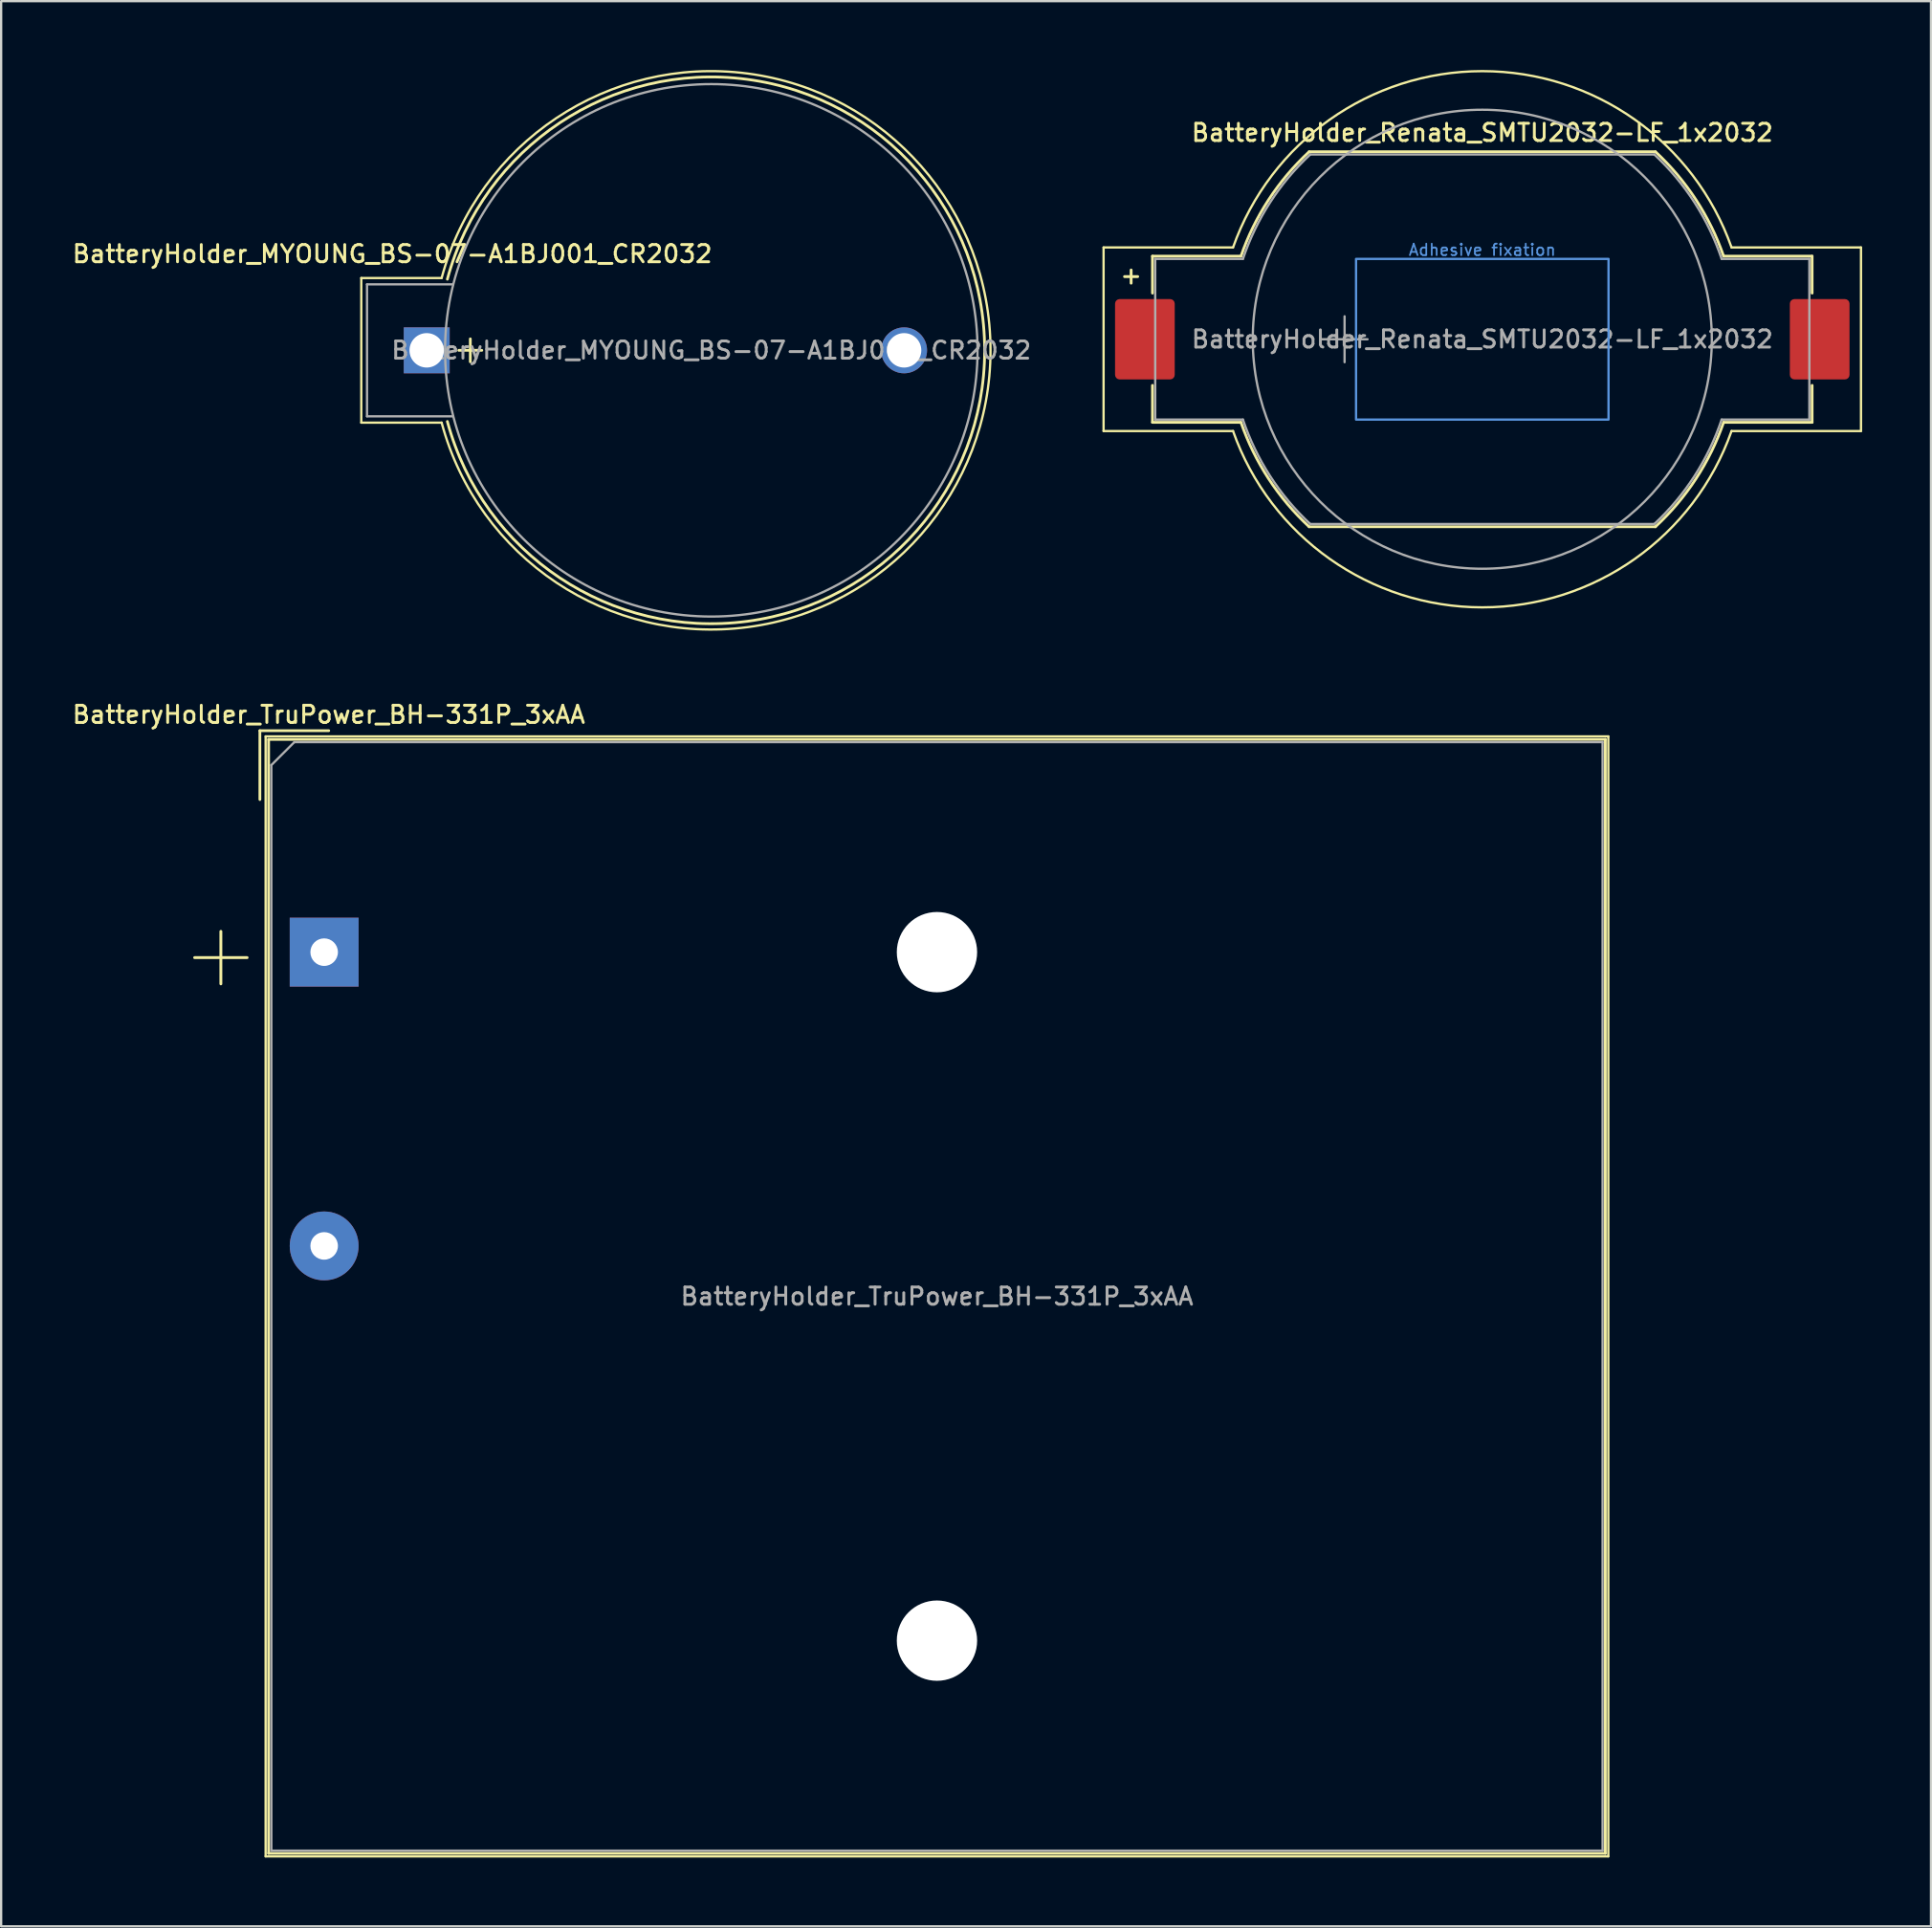
<source format=kicad_pcb>
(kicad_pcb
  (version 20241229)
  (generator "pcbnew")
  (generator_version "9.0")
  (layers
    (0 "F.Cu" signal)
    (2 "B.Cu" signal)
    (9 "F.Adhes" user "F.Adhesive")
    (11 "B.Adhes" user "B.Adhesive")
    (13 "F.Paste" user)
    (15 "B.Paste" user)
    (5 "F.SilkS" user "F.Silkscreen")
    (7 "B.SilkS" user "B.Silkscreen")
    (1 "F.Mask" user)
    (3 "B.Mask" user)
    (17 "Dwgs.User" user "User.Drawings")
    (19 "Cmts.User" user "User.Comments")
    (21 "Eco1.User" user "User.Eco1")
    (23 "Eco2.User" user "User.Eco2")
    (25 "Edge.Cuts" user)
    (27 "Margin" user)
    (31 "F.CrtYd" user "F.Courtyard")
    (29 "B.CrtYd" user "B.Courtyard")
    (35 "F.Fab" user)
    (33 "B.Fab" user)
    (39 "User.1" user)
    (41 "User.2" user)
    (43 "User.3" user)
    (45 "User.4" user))
  (footprint "BatteryHolder_TruPower_BH-331P_3xAA"
    (layer "F.Cu")
    (at 11.073 38.438)
    (property "Reference" "BatteryHolder_TruPower_BH-331P_3xAA" (at 0.2 -10.35 0) (layer "F.SilkS") (effects (font (size 0.75 0.75) (thickness 0.125))))
    (attr through_hole)
    (fp_line (start -2.8 -9.65) (end 0.2 -9.65) (stroke (width 0.12) (type solid)) (layer "F.SilkS"))
    (fp_line (start -2.8 -6.65) (end -2.8 -9.65) (stroke (width 0.12) (type solid)) (layer "F.SilkS"))
    (fp_line (start -2.55 -9.4) (end -2.55 39.4) (stroke (width 0.1) (type solid)) (layer "F.SilkS"))
    (fp_line (start -2.55 -9.4) (end 55.95 -9.4) (stroke (width 0.1) (type solid)) (layer "F.SilkS"))
    (fp_line (start -2.55 39.4) (end 55.95 39.4) (stroke (width 0.1) (type solid)) (layer "F.SilkS"))
    (fp_line (start -2.42 -9.27) (end -2.42 39.27) (stroke (width 0.12) (type solid)) (layer "F.SilkS"))
    (fp_line (start -2.42 -9.27) (end 55.82 -9.27) (stroke (width 0.12) (type solid)) (layer "F.SilkS"))
    (fp_line (start -2.42 39.27) (end 55.82 39.27) (stroke (width 0.12) (type solid)) (layer "F.SilkS"))
    (fp_line (start 55.82 -9.27) (end 55.82 39.27) (stroke (width 0.12) (type solid)) (layer "F.SilkS"))
    (fp_line (start 55.95 -9.4) (end 55.95 39.4) (stroke (width 0.1) (type solid)) (layer "F.SilkS"))
    (fp_line (start -2.3 -8.15) (end -1.3 -9.15) (stroke (width 0.1) (type solid)) (layer "F.Fab"))
    (fp_line (start -2.3 39.15) (end -2.3 -8.15) (stroke (width 0.1) (type solid)) (layer "F.Fab"))
    (fp_line (start -1.3 -9.15) (end 55.7 -9.15) (stroke (width 0.1) (type solid)) (layer "F.Fab"))
    (fp_line (start 55.7 -9.15) (end 55.7 39.15) (stroke (width 0.1) (type solid)) (layer "F.Fab"))
    (fp_line (start 55.7 39.15) (end -2.3 39.15) (stroke (width 0.1) (type solid)) (layer "F.Fab"))
    (fp_text user "+" (at -4.5 0 0) (layer "F.SilkS") (effects (font (size 3 3) (thickness 0.125))))
    (fp_text user "${REFERENCE}" (at 26.7 15 0) (layer "F.Fab") (effects (font (size 0.75 0.75) (thickness 0.125))))
    (pad "" np_thru_hole circle (at 26.7 0) (size 3.5 3.5) (drill 3.5) (layers "*.Cu" "*.Mask"))
    (pad "" np_thru_hole circle (at 26.7 30) (size 3.5 3.5) (drill 3.5) (layers "*.Cu" "*.Mask"))
    (pad "1" thru_hole rect (at 0 0) (size 3 3) (drill 1.2) (layers "*.Cu" "*.Mask"))
    (pad "2" thru_hole circle (at 0 12.8) (size 3 3) (drill 1.2) (layers "*.Cu" "*.Mask")))
  (footprint "BatteryHolder_Renata_SMTU2032-LF_1x2032"
    (layer "F.Cu")
    (at 61.532 11.732)
    (property "Reference" "BatteryHolder_Renata_SMTU2032-LF_1x2032" (at 0 -9 0) (layer "F.SilkS") (effects (font (size 0.75 0.75) (thickness 0.125))))
    (attr smd)
    (fp_line (start -16.5 -4) (end -10.86 -4) (stroke (width 0.1) (type solid)) (layer "F.SilkS"))
    (fp_line (start -16.5 4) (end -16.5 -4) (stroke (width 0.1) (type solid)) (layer "F.SilkS"))
    (fp_line (start -14.37 -3.62) (end -10.514 -3.62) (stroke (width 0.12) (type solid)) (layer "F.SilkS"))
    (fp_line (start -14.37 -2.01) (end -14.37 -3.62) (stroke (width 0.12) (type solid)) (layer "F.SilkS"))
    (fp_line (start -14.37 3.62) (end -14.37 2.01) (stroke (width 0.12) (type solid)) (layer "F.SilkS"))
    (fp_line (start -10.86 4) (end -16.5 4) (stroke (width 0.1) (type solid)) (layer "F.SilkS"))
    (fp_line (start -10.514 3.62) (end -14.37 3.62) (stroke (width 0.12) (type solid)) (layer "F.SilkS"))
    (fp_line (start -7.544 -8.17) (end 7.544 -8.17) (stroke (width 0.12) (type solid)) (layer "F.SilkS"))
    (fp_line (start 7.544 8.17) (end -7.544 8.17) (stroke (width 0.12) (type solid)) (layer "F.SilkS"))
    (fp_line (start 10.514 -3.62) (end 14.37 -3.62) (stroke (width 0.12) (type solid)) (layer "F.SilkS"))
    (fp_line (start 10.86 -4) (end 16.5 -4) (stroke (width 0.1) (type solid)) (layer "F.SilkS"))
    (fp_line (start 14.37 -3.62) (end 14.37 -2.01) (stroke (width 0.12) (type solid)) (layer "F.SilkS"))
    (fp_line (start 14.37 2.01) (end 14.37 3.62) (stroke (width 0.12) (type solid)) (layer "F.SilkS"))
    (fp_line (start 14.37 3.62) (end 10.514 3.62) (stroke (width 0.12) (type solid)) (layer "F.SilkS"))
    (fp_line (start 16.5 -4) (end 16.5 4) (stroke (width 0.1) (type solid)) (layer "F.SilkS"))
    (fp_line (start 16.5 4) (end 10.86 4) (stroke (width 0.1) (type solid)) (layer "F.SilkS"))
    (fp_arc (start -10.86 -4) (mid 0 -11.682196) (end 10.86 -4) (stroke (width 0.1) (type solid)) (layer "F.SilkS"))
    (fp_arc (start -10.5143 -3.62) (mid -9.309293 -6.078036) (end -7.5436 -8.17) (stroke (width 0.12) (type solid)) (layer "F.SilkS"))
    (fp_arc (start -7.5436 8.17) (mid -9.309293 6.078036) (end -10.5143 3.62) (stroke (width 0.12) (type solid)) (layer "F.SilkS"))
    (fp_arc (start 7.5436 -8.17) (mid 9.309293 -6.078036) (end 10.5143 -3.62) (stroke (width 0.12) (type solid)) (layer "F.SilkS"))
    (fp_arc (start 10.5143 3.62) (mid 9.309293 6.078036) (end 7.5436 8.17) (stroke (width 0.12) (type solid)) (layer "F.SilkS"))
    (fp_arc (start 10.86 4) (mid 0 11.682196) (end -10.86 4) (stroke (width 0.1) (type solid)) (layer "F.SilkS"))
    (fp_rect (start -5.5 -3.5) (end 5.5 3.5) (stroke (width 0.1) (type default)) (fill no) (layer "Cmts.User"))
    (fp_line (start -14.25 -3.5) (end -10.428 -3.5) (stroke (width 0.1) (type solid)) (layer "F.Fab"))
    (fp_line (start -14.25 3.5) (end -14.25 -3.5) (stroke (width 0.1) (type solid)) (layer "F.Fab"))
    (fp_line (start -10.428 3.5) (end -14.25 3.5) (stroke (width 0.1) (type solid)) (layer "F.Fab"))
    (fp_line (start -7.497 -8.05) (end 7.497 -8.05) (stroke (width 0.1) (type solid)) (layer "F.Fab"))
    (fp_line (start -7 0) (end -5 0) (stroke (width 0.1) (type solid)) (layer "F.Fab"))
    (fp_line (start -6 -1) (end -6 1) (stroke (width 0.1) (type solid)) (layer "F.Fab"))
    (fp_line (start 7.497 8.05) (end -7.497 8.05) (stroke (width 0.1) (type solid)) (layer "F.Fab"))
    (fp_line (start 10.428 -3.5) (end 14.25 -3.5) (stroke (width 0.1) (type solid)) (layer "F.Fab"))
    (fp_line (start 14.25 -3.5) (end 14.25 3.5) (stroke (width 0.1) (type solid)) (layer "F.Fab"))
    (fp_line (start 14.25 3.5) (end 10.428 3.5) (stroke (width 0.1) (type solid)) (layer "F.Fab"))
    (fp_arc (start -10.4283 -3.5) (mid -9.246774 -5.958237) (end -7.4965 -8.05) (stroke (width 0.1) (type solid)) (layer "F.Fab"))
    (fp_arc (start -7.4965 8.05) (mid -9.246774 5.958237) (end -10.4283 3.5) (stroke (width 0.1) (type solid)) (layer "F.Fab"))
    (fp_arc (start 7.4965 -8.05) (mid 9.246774 -5.958237) (end 10.4283 -3.5) (stroke (width 0.1) (type solid)) (layer "F.Fab"))
    (fp_arc (start 10.4283 3.5) (mid 9.246774 5.958237) (end 7.4965 8.05) (stroke (width 0.1) (type solid)) (layer "F.Fab"))
    (fp_circle (center 0 0) (end 10 0) (stroke (width 0.1) (type solid)) (fill no) (layer "F.Fab"))
    (fp_text user "+" (at -15.3 -2.785 0) (layer "F.SilkS") (effects (font (size 0.75 0.75) (thickness 0.125))))
    (fp_text user "Adhesive fixation" (at 0 -3.6 0) (unlocked yes) (layer "Cmts.User") (effects (font (size 0.5 0.5) (thickness 0.075)) (justify bottom)))
    (fp_text user "${REFERENCE}" (at 0 0 0) (layer "F.Fab") (effects (font (size 0.75 0.75) (thickness 0.125))))
    (pad "1" smd roundrect (at -14.7 0) (size 2.6 3.5) (layers "F.Cu" "F.Mask" "F.Paste") (roundrect_rratio 0.077))
    (pad "2" smd roundrect (at 14.7 0) (size 2.6 3.5) (layers "F.Cu" "F.Mask" "F.Paste") (roundrect_rratio 0.077)))
  (footprint "BatteryHolder_MYOUNG_BS-07-A1BJ001_CR2032"
    (layer "F.Cu")
    (at 15.541 12.215)
    (property "Reference" "BatteryHolder_MYOUNG_BS-07-A1BJ001_CR2032" (at -1.5 -4.2 0) (unlocked yes) (layer "F.SilkS") (effects (font (size 0.75 0.75) (thickness 0.125))))
    (attr through_hole)
    (fp_line (start -2.85 -3.15) (end 0.65 -3.15) (stroke (width 0.1) (type default)) (layer "F.SilkS"))
    (fp_line (start -2.85 3.15) (end -2.85 -3.15) (stroke (width 0.1) (type default)) (layer "F.SilkS"))
    (fp_line (start 0.65 3.15) (end -2.85 3.15) (stroke (width 0.1) (type default)) (layer "F.SilkS"))
    (fp_line (start 1.4 0) (end 2.4 0) (stroke (width 0.12) (type default)) (layer "F.SilkS"))
    (fp_line (start 1.9 -0.5) (end 1.9 0.5) (stroke (width 0.12) (type default)) (layer "F.SilkS"))
    (fp_arc (start 0.65 -3.15) (mid 24.564907 0) (end 0.65 3.15) (stroke (width 0.1) (type default)) (layer "F.SilkS"))
    (fp_arc (start 0.900001 -3.1) (mid 24.310499 0) (end 0.900001 3.1) (stroke (width 0.12) (type default)) (layer "F.SilkS"))
    (fp_line (start -2.6 -2.875) (end -2.6 2.875) (stroke (width 0.1) (type default)) (layer "F.Fab"))
    (fp_line (start -2.6 -2.875) (end 1.15 -2.875) (stroke (width 0.1) (type default)) (layer "F.Fab"))
    (fp_line (start -2.6 2.875) (end 1.15 2.875) (stroke (width 0.1) (type default)) (layer "F.Fab"))
    (fp_circle (center 12.4 0) (end 24 0) (stroke (width 0.1) (type default)) (fill no) (layer "F.Fab"))
    (fp_text user "${REFERENCE}" (at 12.4 0 0) (unlocked yes) (layer "F.Fab") (effects (font (size 0.75 0.75) (thickness 0.125))))
    (pad "1" thru_hole rect (at 0 0 180) (size 2 2) (drill 1.5) (layers "*.Cu" "*.Mask"))
    (pad "2" thru_hole circle (at 20.8 0 180) (size 2 2) (drill 1.5) (layers "*.Cu" "*.Mask")))
  (gr_rect
    (start -3 -3)
    (end 81.082 80.888)
    (stroke (width 0.1) (type default))
    (fill no)
    (layer "Edge.Cuts")))
</source>
